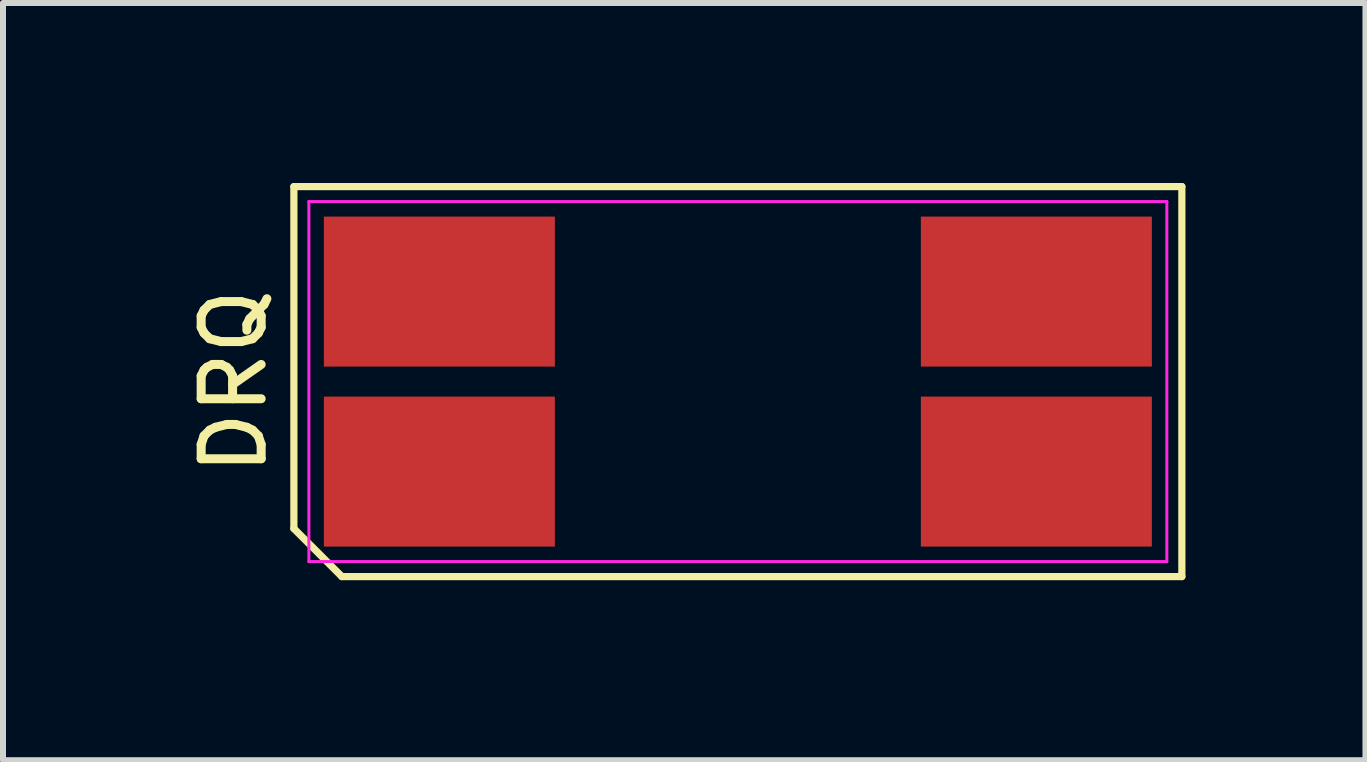
<source format=kicad_pcb>
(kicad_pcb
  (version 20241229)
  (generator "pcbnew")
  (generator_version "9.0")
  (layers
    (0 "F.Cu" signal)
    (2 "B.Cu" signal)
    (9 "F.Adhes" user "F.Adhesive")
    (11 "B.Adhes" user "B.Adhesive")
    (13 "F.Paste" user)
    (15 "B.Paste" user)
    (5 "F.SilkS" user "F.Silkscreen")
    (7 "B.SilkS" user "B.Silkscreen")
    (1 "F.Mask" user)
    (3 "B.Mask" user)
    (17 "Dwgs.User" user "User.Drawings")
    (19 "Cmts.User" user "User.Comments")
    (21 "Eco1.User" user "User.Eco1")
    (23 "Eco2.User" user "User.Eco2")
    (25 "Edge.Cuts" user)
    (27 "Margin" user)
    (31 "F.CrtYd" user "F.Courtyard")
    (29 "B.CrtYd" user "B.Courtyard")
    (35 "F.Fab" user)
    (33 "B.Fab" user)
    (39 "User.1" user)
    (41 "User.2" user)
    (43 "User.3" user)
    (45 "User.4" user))
  (footprint "DRQ"
    (layer "F.Cu")
    (at 9.248 3.31)
    (property "Reference" "DRQ" (at -8.4 0 90) (layer "F.SilkS") (effects (font (size 1 1) (thickness 0.15))))
    (attr through_hole)
    (fp_line (start -7.4 -3.25) (end 7.4 -3.25) (stroke (width 0.12) (type solid)) (layer "F.SilkS"))
    (fp_line (start -7.4 2.45) (end -7.4 -3.25) (stroke (width 0.12) (type solid)) (layer "F.SilkS"))
    (fp_line (start -6.6 3.25) (end -7.4 2.45) (stroke (width 0.12) (type solid)) (layer "F.SilkS"))
    (fp_line (start 7.4 -3.25) (end 7.4 3.25) (stroke (width 0.12) (type solid)) (layer "F.SilkS"))
    (fp_line (start 7.4 3.25) (end -6.6 3.25) (stroke (width 0.12) (type solid)) (layer "F.SilkS"))
    (fp_line (start -7.15 -3) (end 7.15 -3) (stroke (width 0.05) (type solid)) (layer "F.CrtYd"))
    (fp_line (start -7.15 3) (end -7.15 -3) (stroke (width 0.05) (type solid)) (layer "F.CrtYd"))
    (fp_line (start 7.15 -3) (end 7.15 3) (stroke (width 0.05) (type solid)) (layer "F.CrtYd"))
    (fp_line (start 7.15 3) (end -7.15 3) (stroke (width 0.05) (type solid)) (layer "F.CrtYd"))
    (pad "1" smd rect (at -4.975 1.5) (size 3.85 2.5) (layers "F.Cu" "F.Mask" "F.Paste"))
    (pad "2" smd rect (at 4.975 1.5) (size 3.85 2.5) (layers "F.Cu" "F.Mask" "F.Paste"))
    (pad "3" smd rect (at 4.975 -1.5) (size 3.85 2.5) (layers "F.Cu" "F.Mask" "F.Paste"))
    (pad "4" smd rect (at -4.975 -1.5) (size 3.85 2.5) (layers "F.Cu" "F.Mask" "F.Paste")))
  (gr_rect
    (start -3 -3)
    (end 19.708 9.62)
    (stroke (width 0.1) (type default))
    (fill no)
    (layer "Edge.Cuts")))
</source>
